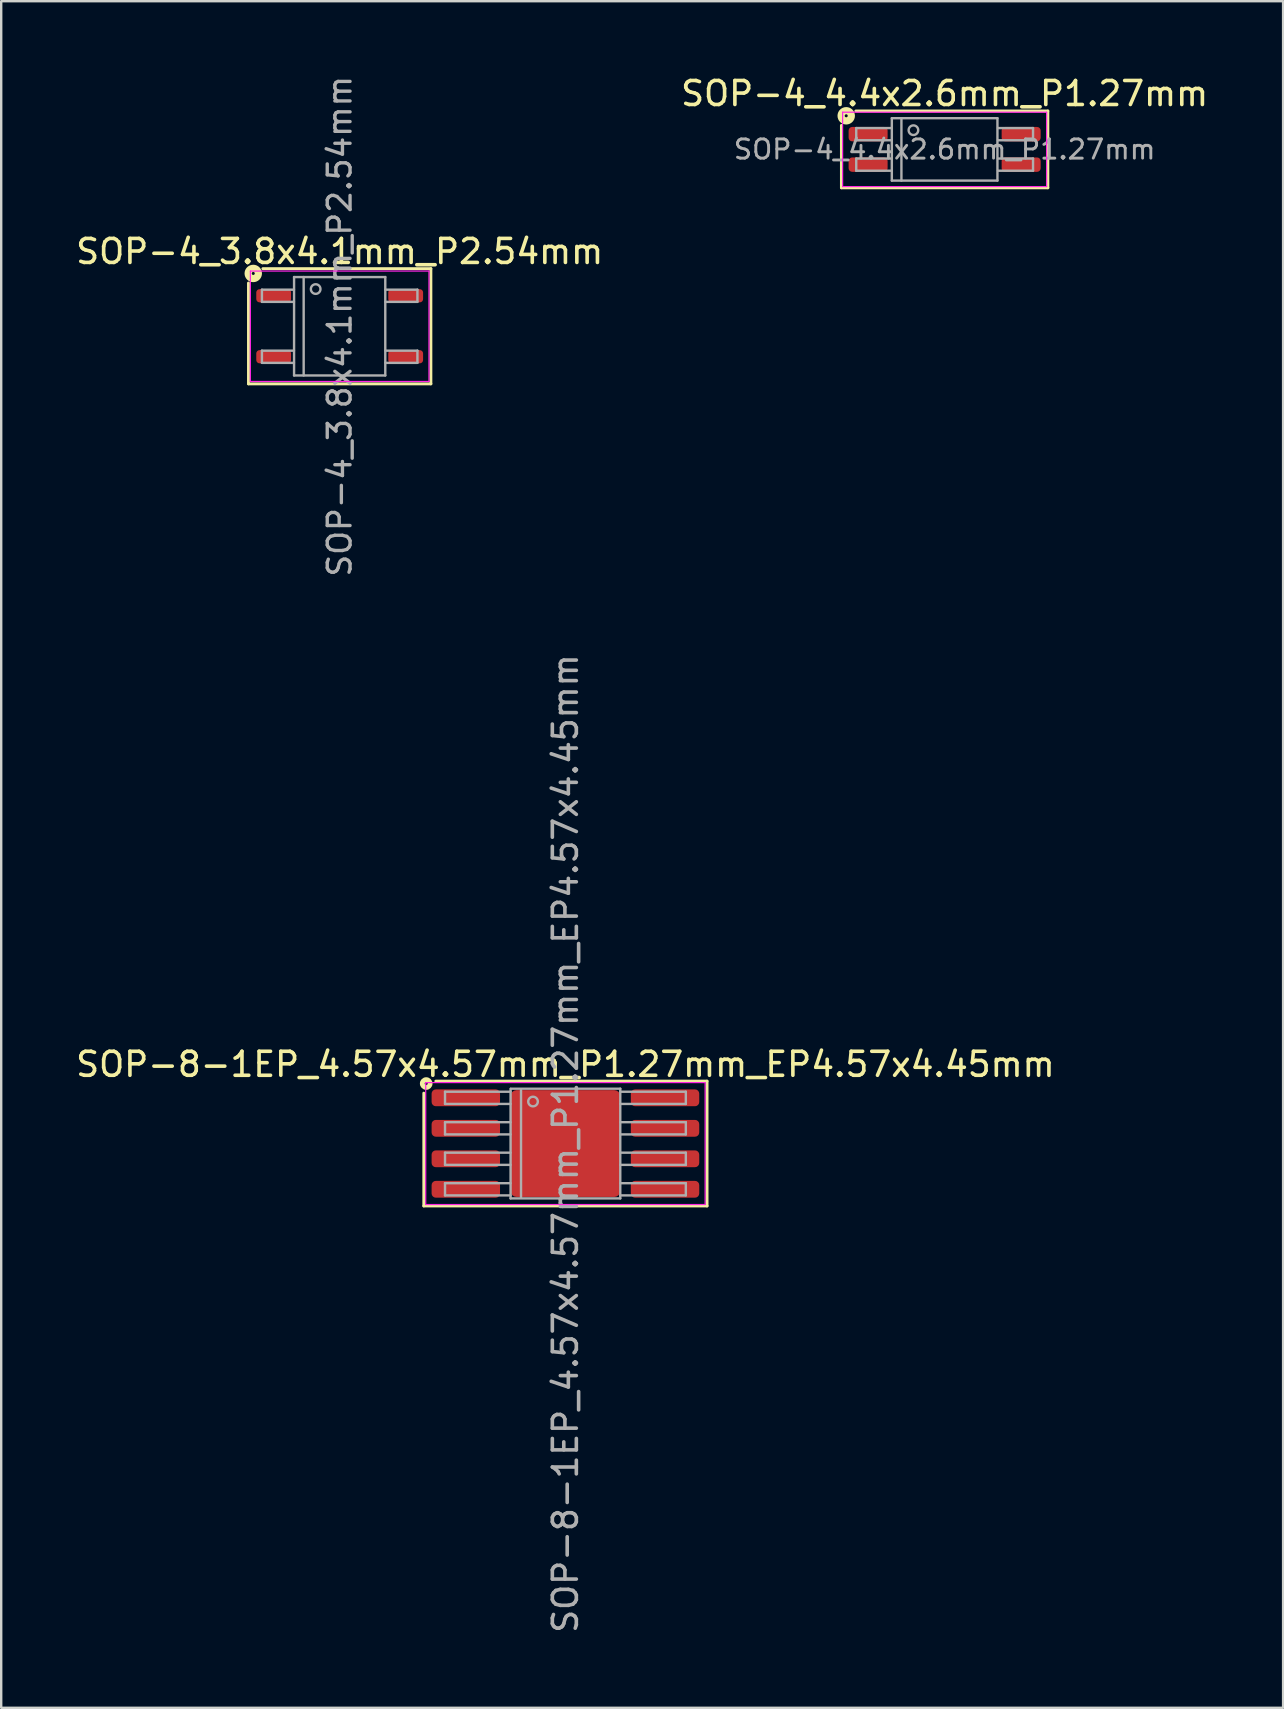
<source format=kicad_pcb>
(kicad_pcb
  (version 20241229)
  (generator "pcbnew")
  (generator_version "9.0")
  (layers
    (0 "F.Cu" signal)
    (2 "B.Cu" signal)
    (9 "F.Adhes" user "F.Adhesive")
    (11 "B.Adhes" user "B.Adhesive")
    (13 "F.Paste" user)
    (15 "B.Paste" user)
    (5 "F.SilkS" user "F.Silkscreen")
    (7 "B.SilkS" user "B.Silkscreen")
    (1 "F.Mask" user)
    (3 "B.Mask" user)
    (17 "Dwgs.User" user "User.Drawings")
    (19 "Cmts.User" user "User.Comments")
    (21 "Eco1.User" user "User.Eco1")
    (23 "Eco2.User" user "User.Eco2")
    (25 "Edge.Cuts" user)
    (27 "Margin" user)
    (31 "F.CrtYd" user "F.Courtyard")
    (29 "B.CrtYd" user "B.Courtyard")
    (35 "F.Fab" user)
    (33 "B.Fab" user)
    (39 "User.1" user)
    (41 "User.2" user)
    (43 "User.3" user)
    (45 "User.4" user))
  (footprint "SOP-8-1EP_4.57x4.57mm_P1.27mm_EP4.57x4.45mm"
    (layer "F.Cu")
    (at 20.506 44.591)
    (property "Reference" "SOP-8-1EP_4.57x4.57mm_P1.27mm_EP4.57x4.45mm" (at 0 -3.3 0) (layer "F.SilkS") (effects (font (size 1 1) (thickness 0.15))))
    (attr smd)
    (fp_line (start -5.9 -2.1) (end -5.9 2.6) (stroke (width 0.12) (type solid)) (layer "F.SilkS"))
    (fp_line (start -5.9 2.6) (end 5.9 2.6) (stroke (width 0.12) (type solid)) (layer "F.SilkS"))
    (fp_line (start 5.9 -2.6) (end -5.4 -2.6) (stroke (width 0.12) (type solid)) (layer "F.SilkS"))
    (fp_line (start 5.9 2.6) (end 5.9 -2.6) (stroke (width 0.12) (type solid)) (layer "F.SilkS"))
    (fp_circle (center -5.8 -2.5) (end -5.737 -2.5) (stroke (width 0.2) (type solid)) (fill no) (layer "F.SilkS"))
    (fp_line (start -5.82 -2.54) (end -5.82 2.54) (stroke (width 0.05) (type solid)) (layer "F.CrtYd"))
    (fp_line (start -5.82 2.54) (end 5.82 2.54) (stroke (width 0.05) (type solid)) (layer "F.CrtYd"))
    (fp_line (start 5.82 -2.54) (end -5.82 -2.54) (stroke (width 0.05) (type solid)) (layer "F.CrtYd"))
    (fp_line (start 5.82 2.54) (end 5.82 -2.54) (stroke (width 0.05) (type solid)) (layer "F.CrtYd"))
    (fp_line (start -5.016 -2.159) (end -5.016 -1.651) (stroke (width 0.1) (type solid)) (layer "F.Fab"))
    (fp_line (start -5.016 -2.159) (end -2.286 -2.159) (stroke (width 0.1) (type solid)) (layer "F.Fab"))
    (fp_line (start -5.016 -1.651) (end -2.286 -1.651) (stroke (width 0.1) (type solid)) (layer "F.Fab"))
    (fp_line (start -5.016 -0.889) (end -5.016 -0.381) (stroke (width 0.1) (type solid)) (layer "F.Fab"))
    (fp_line (start -5.016 -0.889) (end -2.286 -0.889) (stroke (width 0.1) (type solid)) (layer "F.Fab"))
    (fp_line (start -5.016 -0.381) (end -2.286 -0.381) (stroke (width 0.1) (type solid)) (layer "F.Fab"))
    (fp_line (start -5.016 0.381) (end -5.016 0.889) (stroke (width 0.1) (type solid)) (layer "F.Fab"))
    (fp_line (start -5.016 0.381) (end -2.286 0.381) (stroke (width 0.1) (type solid)) (layer "F.Fab"))
    (fp_line (start -5.016 0.889) (end -2.286 0.889) (stroke (width 0.1) (type solid)) (layer "F.Fab"))
    (fp_line (start -5.016 1.651) (end -5.016 2.159) (stroke (width 0.1) (type solid)) (layer "F.Fab"))
    (fp_line (start -5.016 1.651) (end -2.286 1.651) (stroke (width 0.1) (type solid)) (layer "F.Fab"))
    (fp_line (start -5.016 2.159) (end -2.286 2.159) (stroke (width 0.1) (type solid)) (layer "F.Fab"))
    (fp_line (start -2.285 2.285) (end -2.285 -2.28) (stroke (width 0.1) (type solid)) (layer "F.Fab"))
    (fp_line (start -2.27 -2.285) (end 2.285 -2.285) (stroke (width 0.1) (type solid)) (layer "F.Fab"))
    (fp_line (start -1.85 -2.25) (end -1.85 2.25) (stroke (width 0.1) (type solid)) (layer "F.Fab"))
    (fp_line (start 2.285 -2.285) (end 2.285 2.285) (stroke (width 0.1) (type solid)) (layer "F.Fab"))
    (fp_line (start 2.285 2.285) (end -2.285 2.285) (stroke (width 0.1) (type solid)) (layer "F.Fab"))
    (fp_line (start 5.016 -2.159) (end 2.286 -2.159) (stroke (width 0.1) (type solid)) (layer "F.Fab"))
    (fp_line (start 5.016 -1.651) (end 2.286 -1.651) (stroke (width 0.1) (type solid)) (layer "F.Fab"))
    (fp_line (start 5.016 -1.651) (end 5.016 -2.159) (stroke (width 0.1) (type solid)) (layer "F.Fab"))
    (fp_line (start 5.016 -0.889) (end 2.286 -0.889) (stroke (width 0.1) (type solid)) (layer "F.Fab"))
    (fp_line (start 5.016 -0.381) (end 2.286 -0.381) (stroke (width 0.1) (type solid)) (layer "F.Fab"))
    (fp_line (start 5.016 -0.381) (end 5.016 -0.889) (stroke (width 0.1) (type solid)) (layer "F.Fab"))
    (fp_line (start 5.016 0.381) (end 2.286 0.381) (stroke (width 0.1) (type solid)) (layer "F.Fab"))
    (fp_line (start 5.016 0.889) (end 2.286 0.889) (stroke (width 0.1) (type solid)) (layer "F.Fab"))
    (fp_line (start 5.016 0.889) (end 5.016 0.381) (stroke (width 0.1) (type solid)) (layer "F.Fab"))
    (fp_line (start 5.016 1.651) (end 2.286 1.651) (stroke (width 0.1) (type solid)) (layer "F.Fab"))
    (fp_line (start 5.016 2.159) (end 2.286 2.159) (stroke (width 0.1) (type solid)) (layer "F.Fab"))
    (fp_line (start 5.016 2.159) (end 5.016 1.651) (stroke (width 0.1) (type solid)) (layer "F.Fab"))
    (fp_circle (center -1.35 -1.75) (end -1.15 -1.75) (stroke (width 0.1) (type solid)) (fill no) (layer "F.Fab"))
    (fp_text user "${REFERENCE}" (at 0 0 90) (layer "F.Fab") (effects (font (size 1 1) (thickness 0.15))))
    (pad "" smd roundrect (at -1.14 -1.11) (size 1.84 1.79) (layers "F.Paste") (roundrect_rratio 0.14))
    (pad "" smd roundrect (at -1.14 1.11) (size 1.84 1.79) (layers "F.Paste") (roundrect_rratio 0.14))
    (pad "" smd roundrect (at 1.14 -1.11) (size 1.84 1.79) (layers "F.Paste") (roundrect_rratio 0.14))
    (pad "" smd roundrect (at 1.14 1.11) (size 1.84 1.79) (layers "F.Paste") (roundrect_rratio 0.14))
    (pad "1" smd roundrect (at -4.15 -1.905) (size 2.85 0.7) (layers "F.Cu" "F.Mask" "F.Paste") (roundrect_rratio 0.25))
    (pad "2" smd roundrect (at -4.15 -0.635) (size 2.85 0.7) (layers "F.Cu" "F.Mask" "F.Paste") (roundrect_rratio 0.25))
    (pad "3" smd roundrect (at -4.15 0.635) (size 2.85 0.7) (layers "F.Cu" "F.Mask" "F.Paste") (roundrect_rratio 0.25))
    (pad "4" smd roundrect (at -4.15 1.905) (size 2.85 0.7) (layers "F.Cu" "F.Mask" "F.Paste") (roundrect_rratio 0.25))
    (pad "5" smd roundrect (at 4.15 1.905) (size 2.85 0.7) (layers "F.Cu" "F.Mask" "F.Paste") (roundrect_rratio 0.25))
    (pad "6" smd roundrect (at 4.15 0.635) (size 2.85 0.7) (layers "F.Cu" "F.Mask" "F.Paste") (roundrect_rratio 0.25))
    (pad "7" smd roundrect (at 4.15 -0.635) (size 2.85 0.7) (layers "F.Cu" "F.Mask" "F.Paste") (roundrect_rratio 0.25))
    (pad "8" smd roundrect (at 4.15 -1.905) (size 2.85 0.7) (layers "F.Cu" "F.Mask" "F.Paste") (roundrect_rratio 0.25))
    (pad "9" smd roundrect (at 0 0) (size 4.57 4.45) (layers "F.Cu" "F.Mask") (roundrect_rratio 0.056)))
  (footprint "SOP-4_3.8x4.1mm_P2.54mm"
    (layer "F.Cu")
    (at 11.101 10.542)
    (property "Reference" "SOP-4_3.8x4.1mm_P2.54mm" (at 0 -3.114 0) (layer "F.SilkS") (effects (font (size 1 1) (thickness 0.15))))
    (attr smd)
    (fp_line (start -3.8 -1.8) (end -3.8 2.4) (stroke (width 0.12) (type solid)) (layer "F.SilkS"))
    (fp_line (start -3.8 2.4) (end 3.8 2.4) (stroke (width 0.12) (type solid)) (layer "F.SilkS"))
    (fp_line (start 3.8 -2.4) (end -3.2 -2.4) (stroke (width 0.12) (type solid)) (layer "F.SilkS"))
    (fp_line (start 3.8 2.4) (end 3.8 -2.4) (stroke (width 0.12) (type solid)) (layer "F.SilkS"))
    (fp_circle (center -3.6 -2.2) (end -3.537 -2.2) (stroke (width 0.3) (type solid)) (fill no) (layer "F.SilkS"))
    (fp_line (start -3.72 -2.3) (end -3.72 2.3) (stroke (width 0.05) (type solid)) (layer "F.CrtYd"))
    (fp_line (start -3.72 2.3) (end 3.72 2.3) (stroke (width 0.05) (type solid)) (layer "F.CrtYd"))
    (fp_line (start 3.72 -2.3) (end -3.72 -2.3) (stroke (width 0.05) (type solid)) (layer "F.CrtYd"))
    (fp_line (start 3.72 2.3) (end 3.72 -2.3) (stroke (width 0.05) (type solid)) (layer "F.CrtYd"))
    (fp_line (start -3.239 -1.524) (end -3.239 -1.016) (stroke (width 0.1) (type solid)) (layer "F.Fab"))
    (fp_line (start -3.239 -1.524) (end -1.905 -1.524) (stroke (width 0.1) (type solid)) (layer "F.Fab"))
    (fp_line (start -3.239 -1.016) (end -1.905 -1.016) (stroke (width 0.1) (type solid)) (layer "F.Fab"))
    (fp_line (start -3.239 1.016) (end -3.239 1.524) (stroke (width 0.1) (type solid)) (layer "F.Fab"))
    (fp_line (start -3.239 1.016) (end -1.905 1.016) (stroke (width 0.1) (type solid)) (layer "F.Fab"))
    (fp_line (start -3.239 1.524) (end -1.905 1.524) (stroke (width 0.1) (type solid)) (layer "F.Fab"))
    (fp_line (start -1.9 -2.05) (end 1.9 -2.05) (stroke (width 0.1) (type solid)) (layer "F.Fab"))
    (fp_line (start -1.9 2.05) (end -1.9 -2.05) (stroke (width 0.1) (type solid)) (layer "F.Fab"))
    (fp_line (start -1.5 -2.05) (end -1.5 2.05) (stroke (width 0.1) (type solid)) (layer "F.Fab"))
    (fp_line (start 1.9 -2.05) (end 1.9 2.05) (stroke (width 0.1) (type solid)) (layer "F.Fab"))
    (fp_line (start 1.9 2.05) (end -1.9 2.05) (stroke (width 0.1) (type solid)) (layer "F.Fab"))
    (fp_line (start 3.239 -1.524) (end 1.905 -1.524) (stroke (width 0.1) (type solid)) (layer "F.Fab"))
    (fp_line (start 3.239 -1.016) (end 1.905 -1.016) (stroke (width 0.1) (type solid)) (layer "F.Fab"))
    (fp_line (start 3.239 -1.016) (end 3.239 -1.524) (stroke (width 0.1) (type solid)) (layer "F.Fab"))
    (fp_line (start 3.239 1.016) (end 1.905 1.016) (stroke (width 0.1) (type solid)) (layer "F.Fab"))
    (fp_line (start 3.239 1.524) (end 1.905 1.524) (stroke (width 0.1) (type solid)) (layer "F.Fab"))
    (fp_line (start 3.239 1.524) (end 3.239 1.016) (stroke (width 0.1) (type solid)) (layer "F.Fab"))
    (fp_circle (center -1 -1.55) (end -0.8 -1.55) (stroke (width 0.1) (type solid)) (fill no) (layer "F.Fab"))
    (fp_text user "${REFERENCE}" (at 0 0 90) (layer "F.Fab") (effects (font (size 0.95 0.95) (thickness 0.14))))
    (pad "1" smd roundrect (at -2.75 -1.27) (size 1.45 0.55) (layers "F.Cu" "F.Mask" "F.Paste") (roundrect_rratio 0.25))
    (pad "2" smd roundrect (at -2.75 1.27) (size 1.45 0.55) (layers "F.Cu" "F.Mask" "F.Paste") (roundrect_rratio 0.25))
    (pad "3" smd roundrect (at 2.75 1.27) (size 1.45 0.55) (layers "F.Cu" "F.Mask" "F.Paste") (roundrect_rratio 0.25))
    (pad "4" smd roundrect (at 2.75 -1.27) (size 1.45 0.55) (layers "F.Cu" "F.Mask" "F.Paste") (roundrect_rratio 0.25)))
  (footprint "SOP-4_4.4x2.6mm_P1.27mm"
    (layer "F.Cu")
    (at 36.304 3.174)
    (property "Reference" "SOP-4_4.4x2.6mm_P1.27mm" (at 0 -2.326 0) (layer "F.SilkS") (effects (font (size 1 1) (thickness 0.15))))
    (attr smd)
    (fp_line (start -4.3 -1) (end -4.3 1.6) (stroke (width 0.12) (type solid)) (layer "F.SilkS"))
    (fp_line (start -4.3 1.6) (end 4.3 1.6) (stroke (width 0.12) (type solid)) (layer "F.SilkS"))
    (fp_line (start 4.3 -1.6) (end -3.7 -1.6) (stroke (width 0.12) (type solid)) (layer "F.SilkS"))
    (fp_line (start 4.3 1.6) (end 4.3 -1.6) (stroke (width 0.12) (type solid)) (layer "F.SilkS"))
    (fp_circle (center -4.1 -1.4) (end -4.037 -1.4) (stroke (width 0.3) (type solid)) (fill no) (layer "F.SilkS"))
    (fp_line (start -4.25 -1.55) (end -4.25 1.55) (stroke (width 0.05) (type solid)) (layer "F.CrtYd"))
    (fp_line (start -4.25 1.55) (end 4.25 1.55) (stroke (width 0.05) (type solid)) (layer "F.CrtYd"))
    (fp_line (start 4.25 -1.55) (end -4.25 -1.55) (stroke (width 0.05) (type solid)) (layer "F.CrtYd"))
    (fp_line (start 4.25 1.55) (end 4.25 -1.55) (stroke (width 0.05) (type solid)) (layer "F.CrtYd"))
    (fp_line (start -3.683 -0.889) (end -3.683 -0.381) (stroke (width 0.1) (type solid)) (layer "F.Fab"))
    (fp_line (start -3.683 -0.889) (end -2.223 -0.889) (stroke (width 0.1) (type solid)) (layer "F.Fab"))
    (fp_line (start -3.683 -0.381) (end -2.223 -0.381) (stroke (width 0.1) (type solid)) (layer "F.Fab"))
    (fp_line (start -3.683 0.381) (end -3.683 0.889) (stroke (width 0.1) (type solid)) (layer "F.Fab"))
    (fp_line (start -3.683 0.381) (end -2.223 0.381) (stroke (width 0.1) (type solid)) (layer "F.Fab"))
    (fp_line (start -3.683 0.889) (end -2.223 0.889) (stroke (width 0.1) (type solid)) (layer "F.Fab"))
    (fp_line (start -2.2 -1.3) (end 2.2 -1.3) (stroke (width 0.1) (type solid)) (layer "F.Fab"))
    (fp_line (start -2.2 1.3) (end -2.2 -1.3) (stroke (width 0.1) (type solid)) (layer "F.Fab"))
    (fp_line (start -1.8 -1.3) (end -1.8 1.3) (stroke (width 0.1) (type solid)) (layer "F.Fab"))
    (fp_line (start 2.2 -1.3) (end 2.2 1.3) (stroke (width 0.1) (type solid)) (layer "F.Fab"))
    (fp_line (start 2.2 1.3) (end -2.2 1.3) (stroke (width 0.1) (type solid)) (layer "F.Fab"))
    (fp_line (start 3.683 -0.889) (end 2.223 -0.889) (stroke (width 0.1) (type solid)) (layer "F.Fab"))
    (fp_line (start 3.683 -0.381) (end 2.223 -0.381) (stroke (width 0.1) (type solid)) (layer "F.Fab"))
    (fp_line (start 3.683 -0.381) (end 3.683 -0.889) (stroke (width 0.1) (type solid)) (layer "F.Fab"))
    (fp_line (start 3.683 0.381) (end 2.223 0.381) (stroke (width 0.1) (type solid)) (layer "F.Fab"))
    (fp_line (start 3.683 0.889) (end 2.223 0.889) (stroke (width 0.1) (type solid)) (layer "F.Fab"))
    (fp_line (start 3.683 0.889) (end 3.683 0.381) (stroke (width 0.1) (type solid)) (layer "F.Fab"))
    (fp_circle (center -1.3 -0.8) (end -1.1 -0.8) (stroke (width 0.1) (type solid)) (fill no) (layer "F.Fab"))
    (fp_text user "${REFERENCE}" (at 0 0 0) (layer "F.Fab") (effects (font (size 0.8 0.8) (thickness 0.12))))
    (pad "1" smd roundrect (at -3.188 -0.635) (size 1.625 0.6) (layers "F.Cu" "F.Mask" "F.Paste") (roundrect_rratio 0.25))
    (pad "2" smd roundrect (at -3.188 0.635) (size 1.625 0.6) (layers "F.Cu" "F.Mask" "F.Paste") (roundrect_rratio 0.25))
    (pad "3" smd roundrect (at 3.188 0.635) (size 1.625 0.6) (layers "F.Cu" "F.Mask" "F.Paste") (roundrect_rratio 0.25))
    (pad "4" smd roundrect (at 3.188 -0.635) (size 1.625 0.6) (layers "F.Cu" "F.Mask" "F.Paste") (roundrect_rratio 0.25)))
  (gr_rect
    (start -3 -3)
    (end 50.405 68.097)
    (stroke (width 0.1) (type default))
    (fill no)
    (layer "Edge.Cuts")))
</source>
